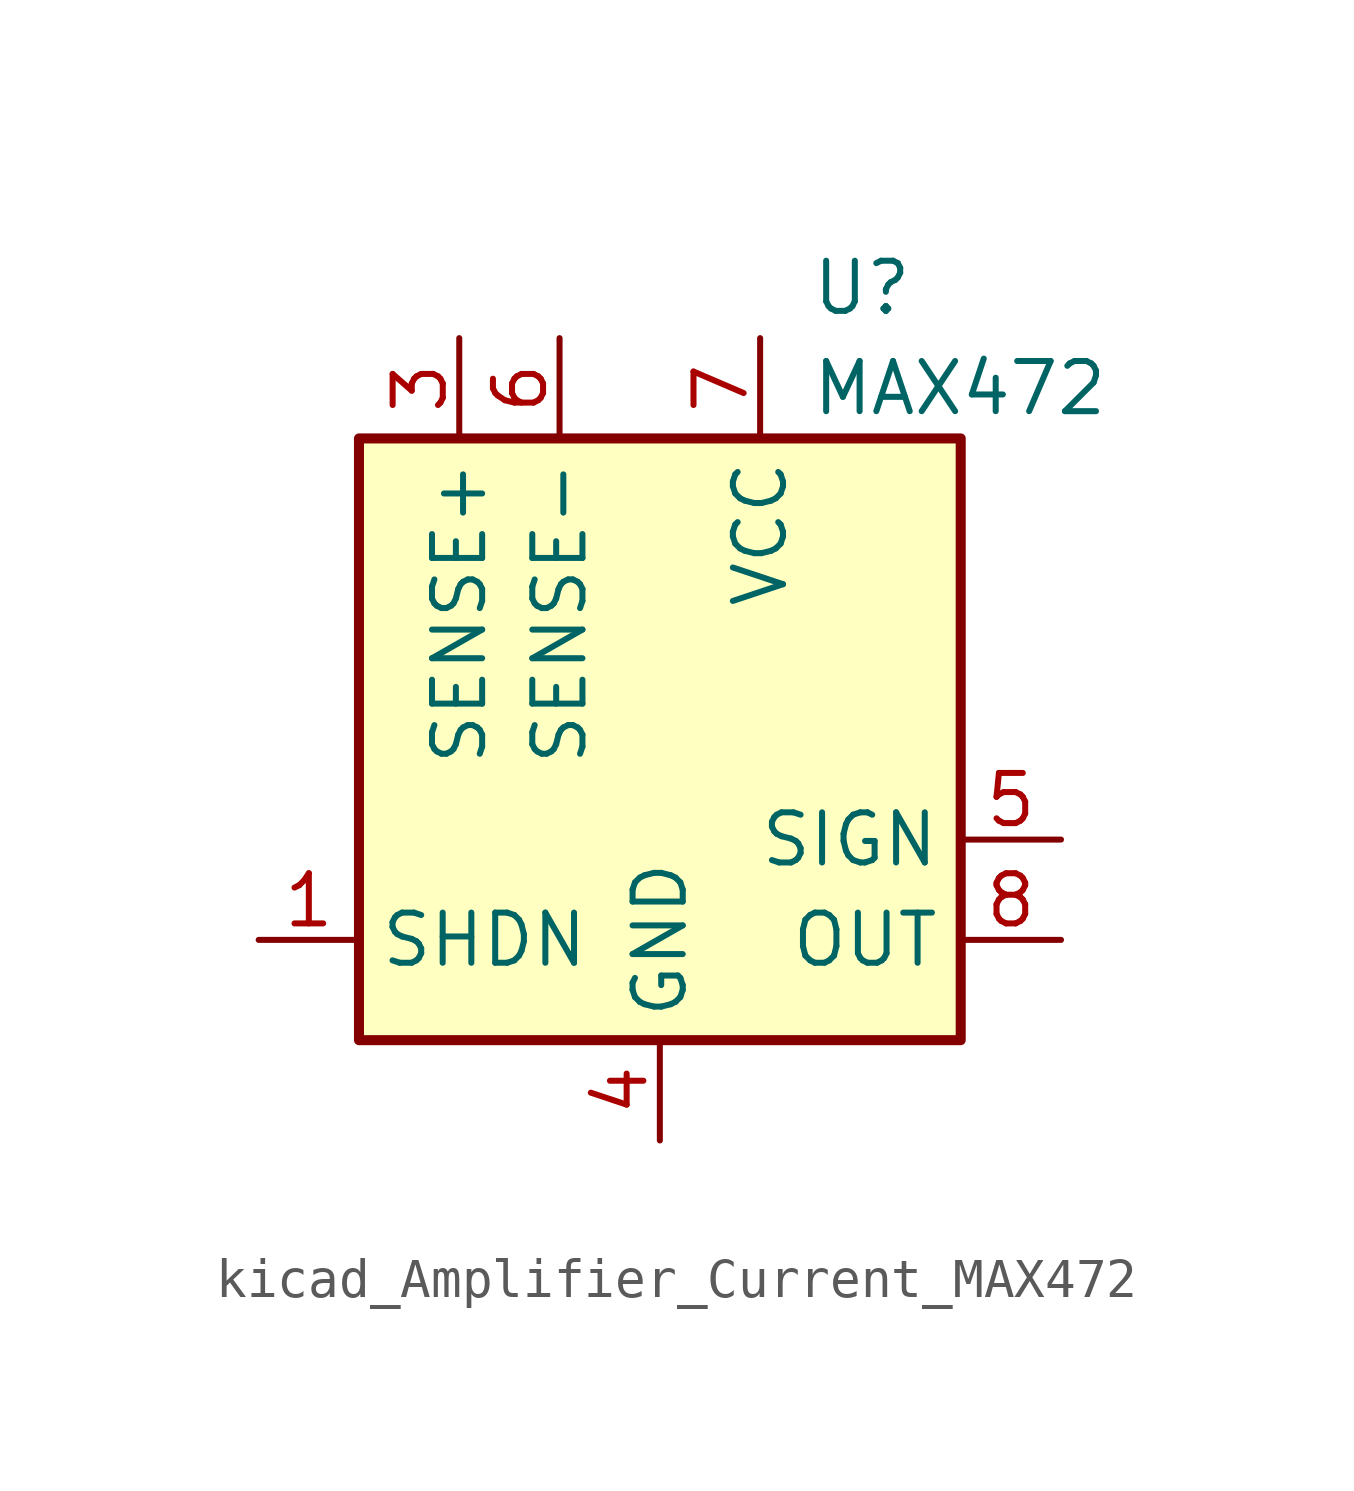
<source format=kicad_sym>
(kicad_symbol_lib
  (version 20220914)
  (generator kicad_symbol_editor)
  (symbol "kicad_Amplifier_Current_MAX472"
    (property "Reference" "U"
      (at 3.81 11.43 0)
      (effects (font (size 1.27 1.27)) (justify left)))
    (property "Value" "MAX472"
      (at 3.81 8.89 0)
      (effects (font (size 1.27 1.27)) (justify left)))
    (symbol "kicad_Amplifier_Current_MAX472_0_1"
      (rectangle (start -7.62 7.62) (end 7.62 -7.62) (stroke (width 0.254) (type default)) (fill (type background))))
    (symbol "kicad_Amplifier_Current_MAX472_1_1"
      (pin input line (at -10.16 -5.08 0) (length 2.54) (name "SHDN" (effects (font (size 1.27 1.27)))) (number "1" (effects (font (size 1.27 1.27)))))
      (pin no_connect line (at 7.62 2.54 180) (length 2.54) hide (name "NC" (effects (font (size 1.27 1.27)))) (number "2" (effects (font (size 1.27 1.27)))))
      (pin input line (at -5.08 10.16 270) (length 2.54) (name "SENSE+" (effects (font (size 1.27 1.27)))) (number "3" (effects (font (size 1.27 1.27)))))
      (pin power_in line (at 0 -10.16 90) (length 2.54) (name "GND" (effects (font (size 1.27 1.27)))) (number "4" (effects (font (size 1.27 1.27)))))
      (pin open_collector line (at 10.16 -2.54 180) (length 2.54) (name "SIGN" (effects (font (size 1.27 1.27)))) (number "5" (effects (font (size 1.27 1.27)))))
      (pin input line (at -2.54 10.16 270) (length 2.54) (name "SENSE-" (effects (font (size 1.27 1.27)))) (number "6" (effects (font (size 1.27 1.27)))))
      (pin power_in line (at 2.54 10.16 270) (length 2.54) (name "VCC" (effects (font (size 1.27 1.27)))) (number "7" (effects (font (size 1.27 1.27)))))
      (pin output line (at 10.16 -5.08 180) (length 2.54) (name "OUT" (effects (font (size 1.27 1.27)))) (number "8" (effects (font (size 1.27 1.27))))))))
</source>
